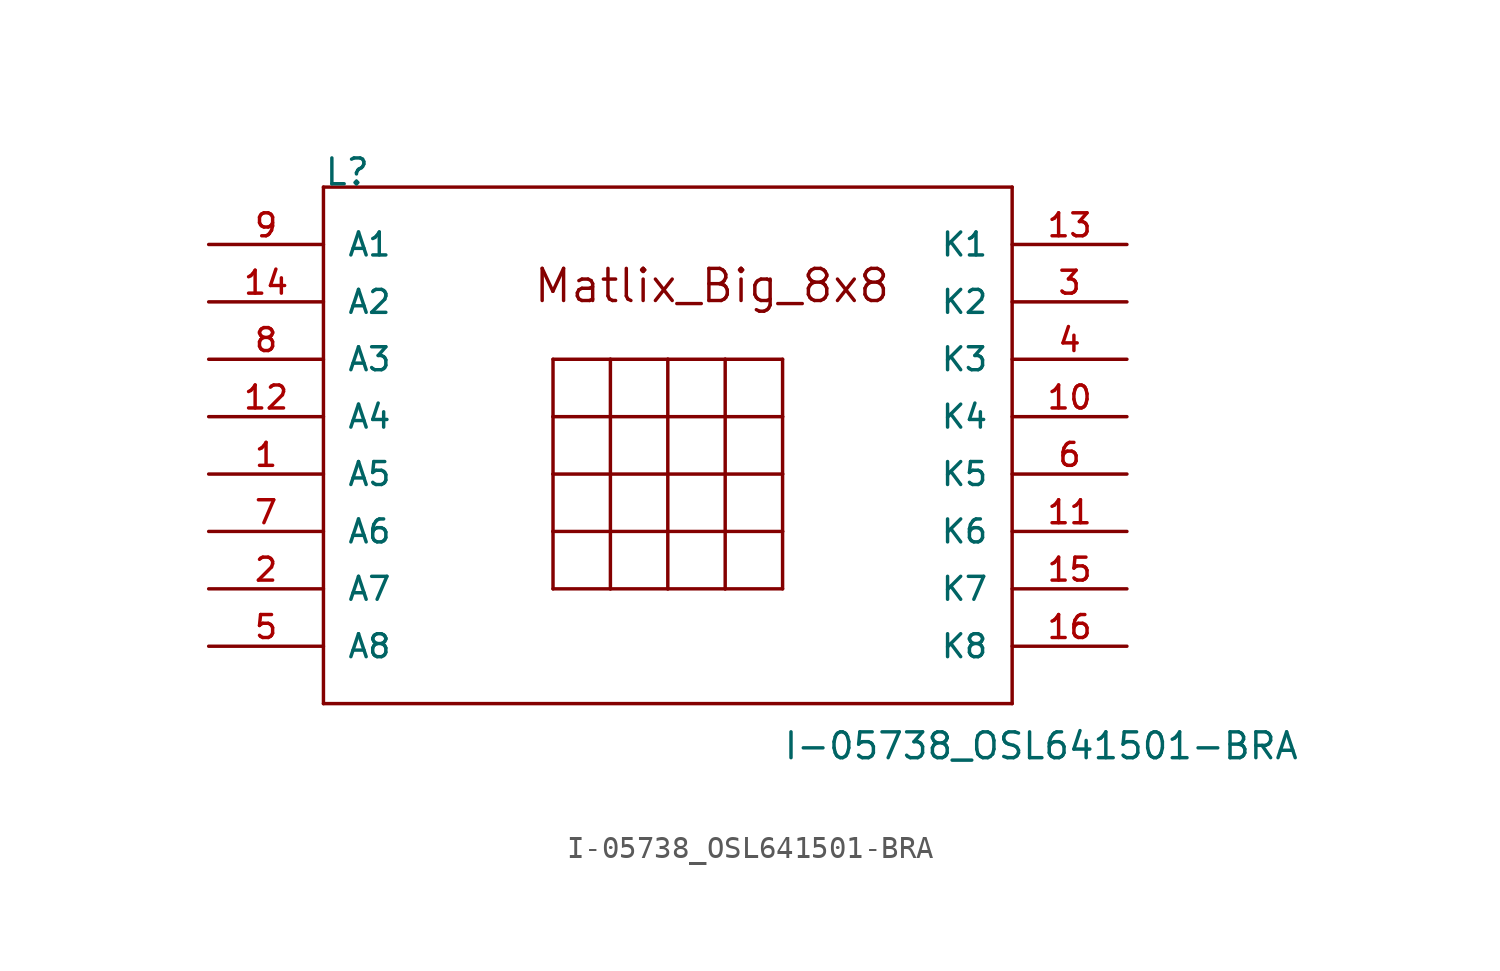
<source format=kicad_sym>
(kicad_symbol_lib
  (version 20211014)
  (generator kicad_symbol_editor)
  (symbol "I-05738_OSL641501-BRA"
    (pin_names
      (offset 1.016))
    (property "Reference" "L"
      (at -5.08 20.32 0)
      (effects (font (size 1.143 1.143)) (justify left bottom)))
    (property "Value" "I-05738_OSL641501-BRA"
      (at 15.24 -5.08 0)
      (effects (font (size 1.143 1.143)) (justify left bottom)))
    (property "ki_locked" ""
      (at 0 0 0)
      (effects (font (size 1.27 1.27))))
    (symbol "I-05738_OSL641501-BRA_1_0"
      (polyline (pts (xy -5.08 -2.54) (xy -5.08 20.32)) (stroke (width 0) (type default) (color 0 0 0 0)) (fill (type none)))
      (polyline (pts (xy -5.08 20.32) (xy 25.4 20.32)) (stroke (width 0) (type default) (color 0 0 0 0)) (fill (type none)))
      (polyline (pts (xy 5.08 2.54) (xy 5.08 5.08)) (stroke (width 0) (type default) (color 0 0 0 0)) (fill (type none)))
      (polyline (pts (xy 5.08 5.08) (xy 5.08 7.62)) (stroke (width 0) (type default) (color 0 0 0 0)) (fill (type none)))
      (polyline (pts (xy 5.08 7.62) (xy 15.24 7.62)) (stroke (width 0) (type default) (color 0 0 0 0)) (fill (type none)))
      (polyline (pts (xy 5.08 10.16) (xy 5.08 7.62)) (stroke (width 0) (type default) (color 0 0 0 0)) (fill (type none)))
      (polyline (pts (xy 5.08 10.16) (xy 5.08 12.7)) (stroke (width 0) (type default) (color 0 0 0 0)) (fill (type none)))
      (polyline (pts (xy 5.08 12.7) (xy 7.62 12.7)) (stroke (width 0) (type default) (color 0 0 0 0)) (fill (type none)))
      (polyline (pts (xy 7.62 2.54) (xy 5.08 2.54)) (stroke (width 0) (type default) (color 0 0 0 0)) (fill (type none)))
      (polyline (pts (xy 7.62 2.54) (xy 10.16 2.54)) (stroke (width 0) (type default) (color 0 0 0 0)) (fill (type none)))
      (polyline (pts (xy 7.62 12.7) (xy 7.62 2.54)) (stroke (width 0) (type default) (color 0 0 0 0)) (fill (type none)))
      (polyline (pts (xy 7.62 12.7) (xy 10.16 12.7)) (stroke (width 0) (type default) (color 0 0 0 0)) (fill (type none)))
      (polyline (pts (xy 10.16 2.54) (xy 10.16 12.7)) (stroke (width 0) (type default) (color 0 0 0 0)) (fill (type none)))
      (polyline (pts (xy 10.16 12.7) (xy 12.7 12.7)) (stroke (width 0) (type default) (color 0 0 0 0)) (fill (type none)))
      (polyline (pts (xy 12.7 2.54) (xy 10.16 2.54)) (stroke (width 0) (type default) (color 0 0 0 0)) (fill (type none)))
      (polyline (pts (xy 12.7 2.54) (xy 15.24 2.54)) (stroke (width 0) (type default) (color 0 0 0 0)) (fill (type none)))
      (polyline (pts (xy 12.7 12.7) (xy 12.7 2.54)) (stroke (width 0) (type default) (color 0 0 0 0)) (fill (type none)))
      (polyline (pts (xy 12.7 12.7) (xy 15.24 12.7)) (stroke (width 0) (type default) (color 0 0 0 0)) (fill (type none)))
      (polyline (pts (xy 15.24 2.54) (xy 15.24 5.08)) (stroke (width 0) (type default) (color 0 0 0 0)) (fill (type none)))
      (polyline (pts (xy 15.24 5.08) (xy 5.08 5.08)) (stroke (width 0) (type default) (color 0 0 0 0)) (fill (type none)))
      (polyline (pts (xy 15.24 7.62) (xy 15.24 5.08)) (stroke (width 0) (type default) (color 0 0 0 0)) (fill (type none)))
      (polyline (pts (xy 15.24 7.62) (xy 15.24 10.16)) (stroke (width 0) (type default) (color 0 0 0 0)) (fill (type none)))
      (polyline (pts (xy 15.24 10.16) (xy 5.08 10.16)) (stroke (width 0) (type default) (color 0 0 0 0)) (fill (type none)))
      (polyline (pts (xy 15.24 12.7) (xy 15.24 10.16)) (stroke (width 0) (type default) (color 0 0 0 0)) (fill (type none)))
      (polyline (pts (xy 25.4 -2.54) (xy -5.08 -2.54)) (stroke (width 0) (type default) (color 0 0 0 0)) (fill (type none)))
      (polyline (pts (xy 25.4 20.32) (xy 25.4 -2.54)) (stroke (width 0) (type default) (color 0 0 0 0)) (fill (type none)))
      (text "Matlix_Big_8x8" (at 12.116 15.951 0) (effects (font (size 1.422 1.422)))))
    (symbol "I-05738_OSL641501-BRA_1_1"
      (pin bidirectional line (at -10.16 7.62 0) (length 5.08) (name "A5" (effects (font (size 1.016 1.016)))) (number "1" (effects (font (size 1.016 1.016)))))
      (pin bidirectional line (at 30.48 10.16 180) (length 5.08) (name "K4" (effects (font (size 1.016 1.016)))) (number "10" (effects (font (size 1.016 1.016)))))
      (pin bidirectional line (at 30.48 5.08 180) (length 5.08) (name "K6" (effects (font (size 1.016 1.016)))) (number "11" (effects (font (size 1.016 1.016)))))
      (pin bidirectional line (at -10.16 10.16 0) (length 5.08) (name "A4" (effects (font (size 1.016 1.016)))) (number "12" (effects (font (size 1.016 1.016)))))
      (pin bidirectional line (at 30.48 17.78 180) (length 5.08) (name "K1" (effects (font (size 1.016 1.016)))) (number "13" (effects (font (size 1.016 1.016)))))
      (pin bidirectional line (at -10.16 15.24 0) (length 5.08) (name "A2" (effects (font (size 1.016 1.016)))) (number "14" (effects (font (size 1.016 1.016)))))
      (pin bidirectional line (at 30.48 2.54 180) (length 5.08) (name "K7" (effects (font (size 1.016 1.016)))) (number "15" (effects (font (size 1.016 1.016)))))
      (pin bidirectional line (at 30.48 0 180) (length 5.08) (name "K8" (effects (font (size 1.016 1.016)))) (number "16" (effects (font (size 1.016 1.016)))))
      (pin bidirectional line (at -10.16 2.54 0) (length 5.08) (name "A7" (effects (font (size 1.016 1.016)))) (number "2" (effects (font (size 1.016 1.016)))))
      (pin bidirectional line (at 30.48 15.24 180) (length 5.08) (name "K2" (effects (font (size 1.016 1.016)))) (number "3" (effects (font (size 1.016 1.016)))))
      (pin bidirectional line (at 30.48 12.7 180) (length 5.08) (name "K3" (effects (font (size 1.016 1.016)))) (number "4" (effects (font (size 1.016 1.016)))))
      (pin bidirectional line (at -10.16 0 0) (length 5.08) (name "A8" (effects (font (size 1.016 1.016)))) (number "5" (effects (font (size 1.016 1.016)))))
      (pin bidirectional line (at 30.48 7.62 180) (length 5.08) (name "K5" (effects (font (size 1.016 1.016)))) (number "6" (effects (font (size 1.016 1.016)))))
      (pin bidirectional line (at -10.16 5.08 0) (length 5.08) (name "A6" (effects (font (size 1.016 1.016)))) (number "7" (effects (font (size 1.016 1.016)))))
      (pin bidirectional line (at -10.16 12.7 0) (length 5.08) (name "A3" (effects (font (size 1.016 1.016)))) (number "8" (effects (font (size 1.016 1.016)))))
      (pin bidirectional line (at -10.16 17.78 0) (length 5.08) (name "A1" (effects (font (size 1.016 1.016)))) (number "9" (effects (font (size 1.016 1.016))))))))
</source>
